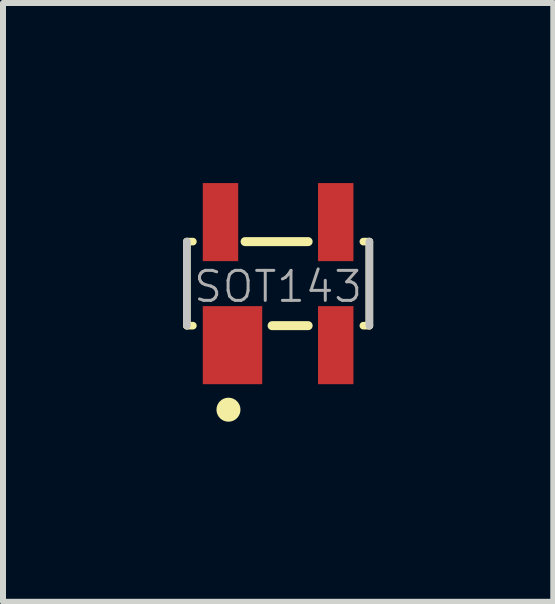
<source format=kicad_pcb>
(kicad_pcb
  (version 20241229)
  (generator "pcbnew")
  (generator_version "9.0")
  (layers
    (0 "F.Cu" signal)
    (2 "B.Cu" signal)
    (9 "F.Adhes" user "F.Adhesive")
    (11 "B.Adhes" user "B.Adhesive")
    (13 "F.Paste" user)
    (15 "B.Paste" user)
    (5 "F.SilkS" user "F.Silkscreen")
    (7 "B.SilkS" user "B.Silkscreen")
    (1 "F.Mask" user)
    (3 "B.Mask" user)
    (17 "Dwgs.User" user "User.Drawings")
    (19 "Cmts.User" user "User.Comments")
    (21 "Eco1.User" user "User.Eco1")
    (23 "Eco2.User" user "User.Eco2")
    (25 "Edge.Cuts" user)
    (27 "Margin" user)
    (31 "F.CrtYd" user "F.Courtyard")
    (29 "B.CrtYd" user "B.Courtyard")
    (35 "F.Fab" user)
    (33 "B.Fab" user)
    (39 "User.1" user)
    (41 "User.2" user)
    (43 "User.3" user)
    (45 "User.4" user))
  (footprint "SOT143"
    (layer "F.Cu")
    (at 1.583 1.675)
    (property "Reference" "SOT143" (at 0 0.05 0) (layer "F.Fab") (effects (font (size 0.5 0.5) (thickness 0.05))))
    (attr smd)
    (fp_line (start -1.52 -0.7) (end -1.52 0.7) (stroke (width 0.127) (type solid)) (layer "F.SilkS"))
    (fp_line (start -1.52 -0.7) (end -1.42 -0.7) (stroke (width 0.127) (type solid)) (layer "F.SilkS"))
    (fp_line (start -1.52 0.7) (end -1.42 0.7) (stroke (width 0.127) (type solid)) (layer "F.SilkS"))
    (fp_line (start -0.55 -0.7) (end 0.5 -0.7) (stroke (width 0.15) (type solid)) (layer "F.SilkS"))
    (fp_line (start 0.5 0.7) (end -0.1 0.7) (stroke (width 0.15) (type solid)) (layer "F.SilkS"))
    (fp_line (start 1.52 -0.7) (end 1.42 -0.7) (stroke (width 0.127) (type solid)) (layer "F.SilkS"))
    (fp_line (start 1.52 -0.7) (end 1.52 0.7) (stroke (width 0.127) (type solid)) (layer "F.SilkS"))
    (fp_line (start 1.52 0.7) (end 1.42 0.7) (stroke (width 0.127) (type solid)) (layer "F.SilkS"))
    (fp_circle (center -0.827 2.1) (end -0.727 2.1) (stroke (width 0.2) (type solid)) (fill no) (layer "F.SilkS"))
    (fp_line (start -1.52 -0.7) (end -1.52 0.7) (stroke (width 0.127) (type solid)) (layer "Dwgs.User"))
    (fp_line (start 1.52 0.7) (end 1.52 -0.7) (stroke (width 0.127) (type solid)) (layer "Dwgs.User"))
    (pad "1" smd rect (at -0.76 1.025) (size 0.99 1.3) (layers "F.Cu" "F.Mask" "F.Paste"))
    (pad "2" smd rect (at 0.96 1.025) (size 0.59 1.3) (layers "F.Cu" "F.Mask" "F.Paste"))
    (pad "3" smd rect (at 0.96 -1.025) (size 0.59 1.3) (layers "F.Cu" "F.Mask" "F.Paste"))
    (pad "4" smd rect (at -0.96 -1.025) (size 0.59 1.3) (layers "F.Cu" "F.Mask" "F.Paste")))
  (gr_rect
    (start -3 -3)
    (end 6.167 6.975)
    (stroke (width 0.1) (type default))
    (fill no)
    (layer "Edge.Cuts")))
</source>
